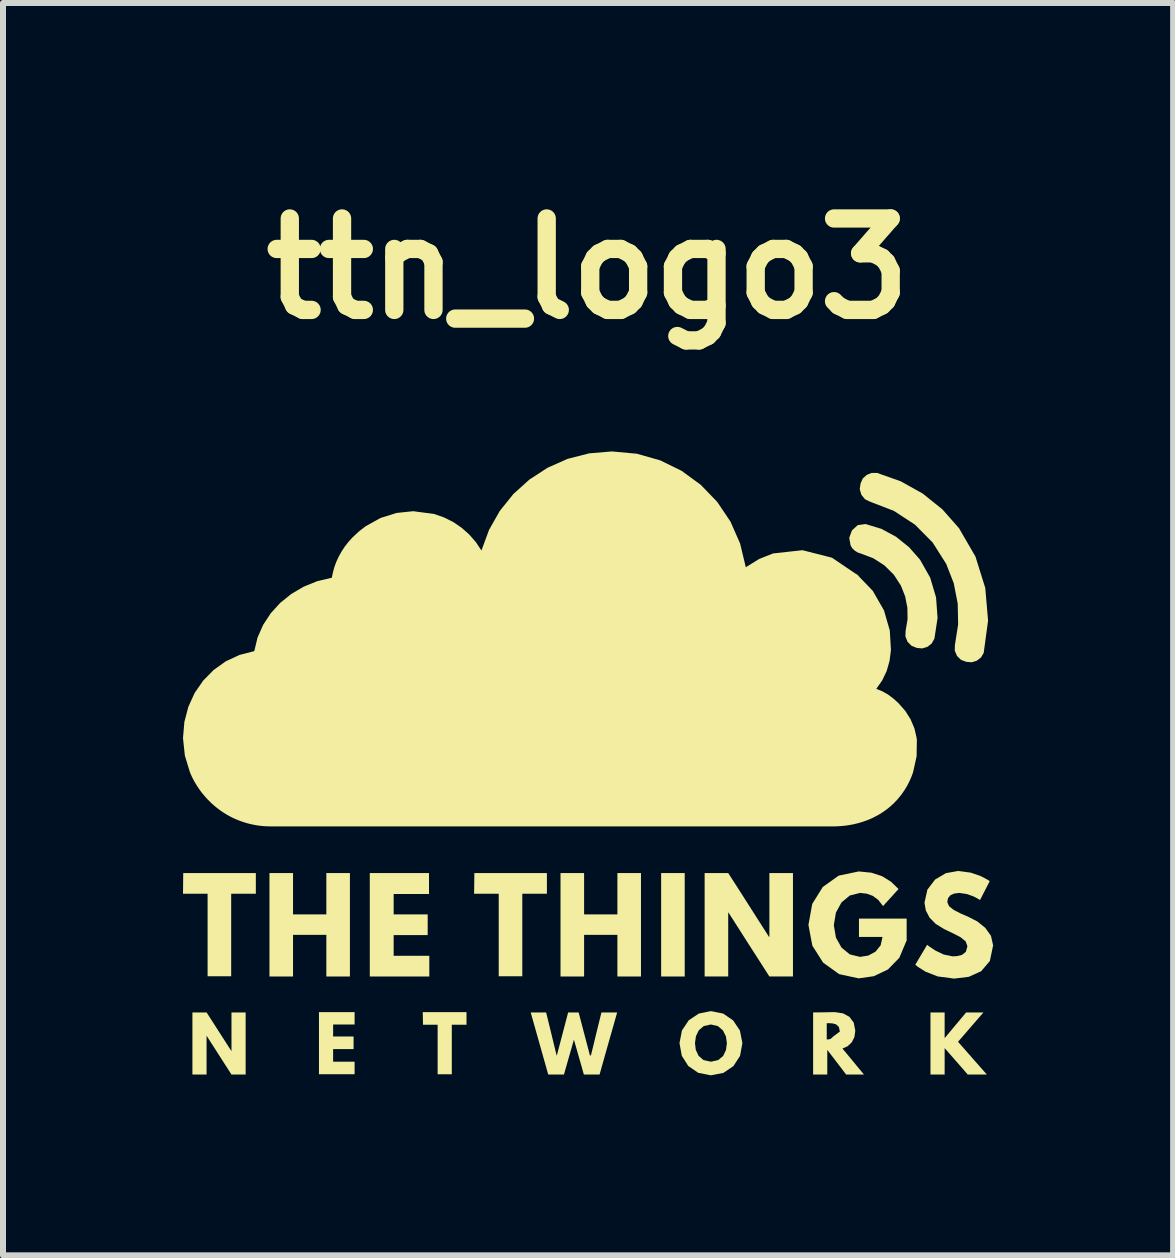
<source format=kicad_pcb>
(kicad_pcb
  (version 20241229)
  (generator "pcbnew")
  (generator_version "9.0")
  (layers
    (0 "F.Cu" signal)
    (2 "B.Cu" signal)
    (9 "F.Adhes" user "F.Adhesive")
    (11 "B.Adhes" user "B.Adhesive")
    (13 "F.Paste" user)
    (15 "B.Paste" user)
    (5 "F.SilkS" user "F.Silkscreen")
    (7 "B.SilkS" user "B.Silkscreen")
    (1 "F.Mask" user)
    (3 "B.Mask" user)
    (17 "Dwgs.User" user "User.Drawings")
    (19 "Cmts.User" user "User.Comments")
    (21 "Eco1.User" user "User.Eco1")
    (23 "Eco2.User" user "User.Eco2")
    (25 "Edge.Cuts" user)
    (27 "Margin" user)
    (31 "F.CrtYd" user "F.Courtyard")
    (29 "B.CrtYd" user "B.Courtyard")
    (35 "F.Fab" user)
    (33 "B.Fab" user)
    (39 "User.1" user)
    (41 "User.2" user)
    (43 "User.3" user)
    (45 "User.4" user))
  (footprint "ttn_logo3"
    (layer "F.Cu")
    (at 6.751 9.673)
    (property "Reference" "ttn_logo3" (at 0 -8.247 0) (layer "F.SilkS") (effects (font (size 1.524 1.524) (thickness 0.305))))
    (attr smd)
    (fp_poly (pts (xy 1.611 3.552) (xy 1.513 3.552) (xy 1.415 3.552) (xy 1.317 3.552) (xy 1.218 3.552) (xy 1.218 3.121) (xy 1.218 2.69) (xy 1.218 2.259) (xy 1.218 1.828) (xy 1.317 1.828) (xy 1.415 1.828) (xy 1.513 1.828) (xy 1.611 1.828) (xy 1.611 2.259) (xy 1.611 2.69) (xy 1.611 3.121) (xy 1.611 3.552)) (stroke (width 0) (type solid)) (fill yes) (layer "F.SilkS"))
    (fp_poly (pts (xy -6.747 1.828) (xy -6.444 1.828) (xy -6.142 1.828) (xy -5.84 1.828) (xy -5.537 1.828) (xy -5.537 1.914) (xy -5.537 2) (xy -5.537 2.086) (xy -5.537 2.173) (xy -5.64 2.173) (xy -5.742 2.173) (xy -5.845 2.173) (xy -5.948 2.173) (xy -5.948 2.516) (xy -5.948 2.86) (xy -5.948 3.204) (xy -5.948 3.548) (xy -6.046 3.548) (xy -6.144 3.548) (xy -6.242 3.548) (xy -6.341 3.548) (xy -6.341 3.204) (xy -6.341 2.86) (xy -6.341 2.516) (xy -6.341 2.173) (xy -6.443 2.173) (xy -6.546 2.173) (xy -6.649 2.173) (xy -6.751 2.173) (xy -6.75 2.086) (xy -6.749 2) (xy -6.748 1.914) (xy -6.747 1.828)) (stroke (width 0) (type solid)) (fill yes) (layer "F.SilkS"))
    (fp_poly (pts (xy -2.755 4.146) (xy -2.573 4.146) (xy -2.391 4.146) (xy -2.209 4.146) (xy -2.026 4.146) (xy -2.026 4.199) (xy -2.026 4.251) (xy -2.026 4.304) (xy -2.026 4.356) (xy -2.087 4.356) (xy -2.148 4.356) (xy -2.21 4.356) (xy -2.271 4.356) (xy -2.271 4.562) (xy -2.271 4.769) (xy -2.271 4.975) (xy -2.271 5.181) (xy -2.33 5.181) (xy -2.389 5.181) (xy -2.448 5.181) (xy -2.507 5.181) (xy -2.507 4.975) (xy -2.507 4.769) (xy -2.507 4.562) (xy -2.507 4.356) (xy -2.568 4.356) (xy -2.629 4.356) (xy -2.69 4.356) (xy -2.751 4.356) (xy -2.752 4.304) (xy -2.753 4.251) (xy -2.754 4.199) (xy -2.755 4.146)) (stroke (width 0) (type solid)) (fill yes) (layer "F.SilkS"))
    (fp_poly (pts (xy -1.895 1.828) (xy -1.593 1.828) (xy -1.29 1.828) (xy -0.988 1.828) (xy -0.686 1.828) (xy -0.686 1.914) (xy -0.686 2) (xy -0.686 2.086) (xy -0.686 2.173) (xy -0.788 2.173) (xy -0.891 2.173) (xy -0.993 2.173) (xy -1.096 2.173) (xy -1.096 2.516) (xy -1.096 2.86) (xy -1.096 3.204) (xy -1.096 3.548) (xy -1.194 3.548) (xy -1.293 3.548) (xy -1.391 3.548) (xy -1.489 3.548) (xy -1.489 3.204) (xy -1.489 2.86) (xy -1.489 2.516) (xy -1.489 2.173) (xy -1.592 2.173) (xy -1.694 2.173) (xy -1.797 2.173) (xy -1.9 2.173) (xy -1.898 2.086) (xy -1.897 2) (xy -1.896 1.914) (xy -1.895 1.828)) (stroke (width 0) (type solid)) (fill yes) (layer "F.SilkS"))
    (fp_poly (pts (xy 2.048 4.129) (xy 2.248 4.451) (xy 2.165 4.379) (xy 2.048 4.352) (xy 1.929 4.378) (xy 1.846 4.448) (xy 1.798 4.547) (xy 1.782 4.662) (xy 1.796 4.776) (xy 1.843 4.876) (xy 1.925 4.945) (xy 2.048 4.972) (xy 2.169 4.945) (xy 2.252 4.876) (xy 2.299 4.776) (xy 2.314 4.662) (xy 2.298 4.551) (xy 2.248 4.451) (xy 2.048 4.129) (xy 2.252 4.17) (xy 2.418 4.284) (xy 2.531 4.453) (xy 2.572 4.662) (xy 2.533 4.875) (xy 2.423 5.045) (xy 2.257 5.158) (xy 2.048 5.199) (xy 1.835 5.157) (xy 1.67 5.043) (xy 1.562 4.873) (xy 1.524 4.662) (xy 1.565 4.451) (xy 1.678 4.282) (xy 1.845 4.17) (xy 2.048 4.129)) (stroke (width 0) (type solid)) (fill yes) (layer "F.SilkS"))
    (fp_poly (pts (xy -6.358 5.186) (xy -6.417 5.186) (xy -6.476 5.186) (xy -6.535 5.186) (xy -6.594 5.186) (xy -6.594 4.927) (xy -6.594 4.668) (xy -6.594 4.409) (xy -6.594 4.151) (xy -6.535 4.151) (xy -6.476 4.151) (xy -6.417 4.151) (xy -6.358 4.151) (xy -6.254 4.312) (xy -6.151 4.474) (xy -6.047 4.635) (xy -5.943 4.797) (xy -5.943 4.635) (xy -5.943 4.474) (xy -5.943 4.312) (xy -5.943 4.151) (xy -5.884 4.151) (xy -5.825 4.151) (xy -5.766 4.151) (xy -5.707 4.151) (xy -5.707 4.409) (xy -5.707 4.668) (xy -5.707 4.927) (xy -5.707 5.186) (xy -5.766 5.186) (xy -5.825 5.186) (xy -5.884 5.186) (xy -5.943 5.186) (xy -6.047 5.024) (xy -6.151 4.862) (xy -6.254 4.701) (xy -6.358 4.539) (xy -6.358 4.701) (xy -6.358 4.862) (xy -6.358 5.024) (xy -6.358 5.186)) (stroke (width 0) (type solid)) (fill yes) (layer "F.SilkS"))
    (fp_poly (pts (xy 6.328 5.186) (xy 6.232 5.075) (xy 6.135 4.965) (xy 6.039 4.855) (xy 5.943 4.745) (xy 5.943 4.855) (xy 5.943 4.965) (xy 5.943 5.075) (xy 5.943 5.186) (xy 5.884 5.186) (xy 5.825 5.186) (xy 5.766 5.186) (xy 5.707 5.186) (xy 5.707 4.927) (xy 5.707 4.668) (xy 5.707 4.409) (xy 5.707 4.151) (xy 5.766 4.151) (xy 5.825 4.151) (xy 5.884 4.151) (xy 5.943 4.151) (xy 5.943 4.258) (xy 5.943 4.365) (xy 5.943 4.472) (xy 5.943 4.579) (xy 6.033 4.472) (xy 6.122 4.365) (xy 6.212 4.258) (xy 6.301 4.151) (xy 6.373 4.151) (xy 6.445 4.151) (xy 6.518 4.151) (xy 6.59 4.151) (xy 6.484 4.273) (xy 6.378 4.395) (xy 6.272 4.518) (xy 6.166 4.64) (xy 6.286 4.776) (xy 6.406 4.913) (xy 6.526 5.049) (xy 6.646 5.186) (xy 6.567 5.186) (xy 6.487 5.186) (xy 6.407 5.186) (xy 6.328 5.186)) (stroke (width 0) (type solid)) (fill yes) (layer "F.SilkS"))
    (fp_poly (pts (xy -4.917 3.552) (xy -5.015 3.552) (xy -5.114 3.552) (xy -5.212 3.552) (xy -5.31 3.552) (xy -5.31 3.121) (xy -5.31 2.69) (xy -5.31 2.259) (xy -5.31 1.828) (xy -5.212 1.828) (xy -5.114 1.828) (xy -5.015 1.828) (xy -4.917 1.828) (xy -4.917 2) (xy -4.917 2.173) (xy -4.917 2.345) (xy -4.917 2.517) (xy -4.778 2.517) (xy -4.64 2.517) (xy -4.501 2.517) (xy -4.362 2.517) (xy -4.362 2.345) (xy -4.362 2.173) (xy -4.362 2) (xy -4.362 1.828) (xy -4.264 1.828) (xy -4.166 1.828) (xy -4.068 1.828) (xy -3.969 1.828) (xy -3.969 2.259) (xy -3.969 2.69) (xy -3.969 3.121) (xy -3.969 3.552) (xy -4.068 3.552) (xy -4.166 3.552) (xy -4.264 3.552) (xy -4.362 3.552) (xy -4.362 3.379) (xy -4.362 3.205) (xy -4.362 3.032) (xy -4.362 2.858) (xy -4.501 2.858) (xy -4.64 2.858) (xy -4.778 2.858) (xy -4.917 2.858) (xy -4.917 3.032) (xy -4.917 3.205) (xy -4.917 3.379) (xy -4.917 3.552)) (stroke (width 0) (type solid)) (fill yes) (layer "F.SilkS"))
    (fp_poly (pts (xy -3.891 4.352) (xy -3.98 4.352) (xy -4.07 4.352) (xy -4.159 4.352) (xy -4.249 4.352) (xy -4.249 4.402) (xy -4.249 4.452) (xy -4.249 4.502) (xy -4.249 4.552) (xy -4.164 4.552) (xy -4.079 4.552) (xy -3.993 4.552) (xy -3.908 4.552) (xy -3.908 4.605) (xy -3.908 4.657) (xy -3.908 4.71) (xy -3.908 4.762) (xy -3.993 4.762) (xy -4.079 4.762) (xy -4.164 4.762) (xy -4.249 4.762) (xy -4.249 4.814) (xy -4.249 4.867) (xy -4.249 4.919) (xy -4.249 4.972) (xy -4.159 4.972) (xy -4.07 4.972) (xy -3.98 4.972) (xy -3.891 4.972) (xy -3.891 5.024) (xy -3.891 5.076) (xy -3.891 5.129) (xy -3.891 5.181) (xy -4.039 5.181) (xy -4.188 5.181) (xy -4.336 5.181) (xy -4.485 5.181) (xy -4.485 4.923) (xy -4.485 4.664) (xy -4.485 4.405) (xy -4.485 4.146) (xy -4.336 4.146) (xy -4.188 4.146) (xy -4.039 4.146) (xy -3.891 4.146) (xy -3.891 4.198) (xy -3.891 4.249) (xy -3.891 4.3) (xy -3.891 4.352)) (stroke (width 0) (type solid)) (fill yes) (layer "F.SilkS"))
    (fp_poly (pts (xy -2.651 2.177) (xy -2.798 2.177) (xy -2.945 2.177) (xy -3.093 2.177) (xy -3.24 2.177) (xy -3.24 2.262) (xy -3.24 2.347) (xy -3.24 2.432) (xy -3.24 2.517) (xy -3.098 2.517) (xy -2.956 2.517) (xy -2.814 2.517) (xy -2.673 2.517) (xy -2.673 2.604) (xy -2.673 2.69) (xy -2.673 2.776) (xy -2.673 2.862) (xy -2.814 2.862) (xy -2.956 2.862) (xy -3.098 2.862) (xy -3.24 2.862) (xy -3.24 2.949) (xy -3.24 3.035) (xy -3.24 3.121) (xy -3.24 3.207) (xy -3.092 3.207) (xy -2.943 3.207) (xy -2.795 3.207) (xy -2.646 3.207) (xy -2.646 3.294) (xy -2.646 3.38) (xy -2.646 3.466) (xy -2.646 3.552) (xy -2.894 3.552) (xy -3.142 3.552) (xy -3.39 3.552) (xy -3.638 3.552) (xy -3.638 3.121) (xy -3.638 2.69) (xy -3.638 2.259) (xy -3.638 1.828) (xy -3.391 1.828) (xy -3.144 1.828) (xy -2.897 1.828) (xy -2.651 1.828) (xy -2.651 1.915) (xy -2.651 2.002) (xy -2.651 2.09) (xy -2.651 2.177)) (stroke (width 0) (type solid)) (fill yes) (layer "F.SilkS"))
    (fp_poly (pts (xy -0.066 3.552) (xy -0.164 3.552) (xy -0.262 3.552) (xy -0.36 3.552) (xy -0.459 3.552) (xy -0.459 3.121) (xy -0.459 2.69) (xy -0.459 2.259) (xy -0.459 1.828) (xy -0.36 1.828) (xy -0.262 1.828) (xy -0.164 1.828) (xy -0.066 1.828) (xy -0.066 2) (xy -0.066 2.173) (xy -0.066 2.345) (xy -0.066 2.517) (xy 0.073 2.517) (xy 0.212 2.517) (xy 0.35 2.517) (xy 0.489 2.517) (xy 0.489 2.345) (xy 0.489 2.173) (xy 0.489 2) (xy 0.489 1.828) (xy 0.587 1.828) (xy 0.686 1.828) (xy 0.784 1.828) (xy 0.882 1.828) (xy 0.882 2.259) (xy 0.882 2.69) (xy 0.882 3.121) (xy 0.882 3.552) (xy 0.784 3.552) (xy 0.686 3.552) (xy 0.587 3.552) (xy 0.489 3.552) (xy 0.489 3.379) (xy 0.489 3.205) (xy 0.489 3.032) (xy 0.489 2.858) (xy 0.35 2.858) (xy 0.212 2.858) (xy 0.073 2.858) (xy -0.066 2.858) (xy -0.066 3.032) (xy -0.066 3.205) (xy -0.066 3.379) (xy -0.066 3.552)) (stroke (width 0) (type solid)) (fill yes) (layer "F.SilkS"))
    (fp_poly (pts (xy 2.336 3.552) (xy 2.238 3.552) (xy 2.14 3.552) (xy 2.042 3.552) (xy 1.943 3.552) (xy 1.943 3.121) (xy 1.943 2.69) (xy 1.943 2.259) (xy 1.943 1.828) (xy 2.042 1.828) (xy 2.14 1.828) (xy 2.238 1.828) (xy 2.336 1.828) (xy 2.507 2.094) (xy 2.677 2.36) (xy 2.847 2.627) (xy 3.017 2.893) (xy 3.019 2.893) (xy 3.02 2.893) (xy 3.021 2.893) (xy 3.022 2.893) (xy 3.022 2.627) (xy 3.022 2.36) (xy 3.022 2.094) (xy 3.022 1.828) (xy 3.12 1.828) (xy 3.218 1.828) (xy 3.317 1.828) (xy 3.415 1.828) (xy 3.415 2.259) (xy 3.415 2.69) (xy 3.415 3.121) (xy 3.415 3.552) (xy 3.317 3.552) (xy 3.218 3.552) (xy 3.12 3.552) (xy 3.022 3.552) (xy 2.852 3.286) (xy 2.681 3.02) (xy 2.511 2.753) (xy 2.341 2.487) (xy 2.34 2.487) (xy 2.338 2.487) (xy 2.337 2.487) (xy 2.336 2.487) (xy 2.336 2.753) (xy 2.336 3.02) (xy 2.336 3.286) (xy 2.336 3.552)) (stroke (width 0) (type solid)) (fill yes) (layer "F.SilkS"))
    (fp_poly (pts (xy 5.306 2.959) (xy 5.188 3.24) (xy 4.998 3.435) (xy 4.763 3.547) (xy 4.511 3.583) (xy 4.185 3.513) (xy 3.918 3.321) (xy 3.738 3.038) (xy 3.673 2.692) (xy 3.736 2.343) (xy 3.912 2.06) (xy 4.177 1.871) (xy 4.511 1.801) (xy 4.722 1.822) (xy 4.9 1.88) (xy 5.05 1.973) (xy 5.175 2.094) (xy 5.11 2.165) (xy 5.046 2.236) (xy 4.981 2.307) (xy 4.917 2.378) (xy 4.836 2.275) (xy 4.745 2.208) (xy 4.643 2.171) (xy 4.533 2.159) (xy 4.363 2.202) (xy 4.224 2.317) (xy 4.131 2.487) (xy 4.096 2.697) (xy 4.131 2.903) (xy 4.224 3.07) (xy 4.363 3.184) (xy 4.533 3.225) (xy 4.671 3.203) (xy 4.791 3.138) (xy 4.876 3.033) (xy 4.908 2.893) (xy 4.81 2.893) (xy 4.712 2.893) (xy 4.614 2.893) (xy 4.515 2.893) (xy 4.515 2.817) (xy 4.515 2.74) (xy 4.515 2.664) (xy 4.515 2.587) (xy 4.714 2.587) (xy 4.913 2.587) (xy 5.111 2.587) (xy 5.31 2.587) (xy 5.31 2.68) (xy 5.31 2.773) (xy 5.31 2.866) (xy 5.31 2.959) (xy 5.309 2.959) (xy 5.308 2.959) (xy 5.307 2.959) (xy 5.306 2.959)) (stroke (width 0) (type solid)) (fill yes) (layer "F.SilkS"))
    (fp_poly (pts (xy 6.694 1.963) (xy 6.654 2.042) (xy 6.614 2.12) (xy 6.573 2.199) (xy 6.533 2.277) (xy 6.503 2.259) (xy 6.426 2.218) (xy 6.315 2.178) (xy 6.188 2.159) (xy 6.099 2.17) (xy 6.037 2.2) (xy 5.999 2.248) (xy 5.987 2.312) (xy 6.016 2.38) (xy 6.094 2.442) (xy 6.208 2.501) (xy 6.345 2.561) (xy 6.49 2.636) (xy 6.62 2.741) (xy 6.715 2.874) (xy 6.751 3.033) (xy 6.697 3.293) (xy 6.552 3.464) (xy 6.344 3.558) (xy 6.101 3.587) (xy 5.828 3.551) (xy 5.625 3.472) (xy 5.498 3.392) (xy 5.454 3.356) (xy 5.503 3.273) (xy 5.552 3.19) (xy 5.602 3.107) (xy 5.651 3.024) (xy 5.69 3.054) (xy 5.79 3.12) (xy 5.927 3.186) (xy 6.074 3.216) (xy 6.15 3.212) (xy 6.232 3.192) (xy 6.297 3.141) (xy 6.323 3.046) (xy 6.291 2.964) (xy 6.206 2.896) (xy 6.082 2.832) (xy 5.935 2.762) (xy 5.795 2.676) (xy 5.692 2.571) (xy 5.629 2.451) (xy 5.607 2.321) (xy 5.656 2.104) (xy 5.783 1.937) (xy 5.963 1.83) (xy 6.166 1.793) (xy 6.378 1.821) (xy 6.545 1.879) (xy 6.655 1.937) (xy 6.694 1.963)) (stroke (width 0) (type solid)) (fill yes) (layer "F.SilkS"))
    (fp_poly (pts (xy -0.236 4.605) (xy -0.277 4.75) (xy -0.319 4.895) (xy -0.36 5.04) (xy -0.402 5.186) (xy -0.467 5.186) (xy -0.533 5.186) (xy -0.598 5.186) (xy -0.664 5.186) (xy -0.737 4.927) (xy -0.81 4.668) (xy -0.883 4.409) (xy -0.956 4.151) (xy -0.892 4.151) (xy -0.828 4.151) (xy -0.763 4.151) (xy -0.699 4.151) (xy -0.655 4.33) (xy -0.611 4.509) (xy -0.568 4.688) (xy -0.524 4.867) (xy -0.523 4.867) (xy -0.522 4.867) (xy -0.521 4.867) (xy -0.52 4.867) (xy -0.473 4.688) (xy -0.426 4.509) (xy -0.379 4.33) (xy -0.332 4.151) (xy -0.288 4.151) (xy -0.245 4.151) (xy -0.201 4.151) (xy -0.157 4.151) (xy -0.11 4.33) (xy -0.063 4.509) (xy -0.016 4.688) (xy 0.031 4.867) (xy 0.035 4.867) (xy 0.039 4.867) (xy 0.044 4.867) (xy 0.048 4.867) (xy 0.092 4.688) (xy 0.135 4.509) (xy 0.179 4.33) (xy 0.223 4.151) (xy 0.288 4.151) (xy 0.354 4.151) (xy 0.419 4.151) (xy 0.485 4.151) (xy 0.412 4.409) (xy 0.338 4.668) (xy 0.265 4.927) (xy 0.192 5.186) (xy 0.127 5.186) (xy 0.061 5.186) (xy -0.004 5.186) (xy -0.07 5.186) (xy -0.111 5.04) (xy -0.153 4.895) (xy -0.194 4.75) (xy -0.236 4.605)) (stroke (width 0) (type solid)) (fill yes) (layer "F.SilkS"))
    (fp_poly (pts (xy 4.114 4.146) (xy 4.179 4.391) (xy 4.133 4.349) (xy 4.071 4.333) (xy 4.004 4.33) (xy 3.998 4.33) (xy 3.991 4.33) (xy 3.985 4.33) (xy 3.978 4.33) (xy 3.978 4.397) (xy 3.978 4.465) (xy 3.978 4.533) (xy 3.978 4.6) (xy 3.985 4.6) (xy 3.991 4.6) (xy 3.998 4.6) (xy 4.004 4.6) (xy 4.004 4.603) (xy 4.004 4.605) (xy 4.004 4.607) (xy 3.914 4.61) (xy 3.983 4.608) (xy 4.044 4.591) (xy 4.089 4.55) (xy 4.197 4.469) (xy 4.179 4.391) (xy 4.114 4.146) (xy 4.248 4.166) (xy 4.356 4.224) (xy 4.428 4.321) (xy 4.454 4.456) (xy 4.439 4.562) (xy 4.395 4.649) (xy 4.327 4.714) (xy 4.24 4.753) (xy 4.33 4.861) (xy 4.419 4.969) (xy 4.509 5.078) (xy 4.598 5.186) (xy 4.524 5.186) (xy 4.45 5.186) (xy 4.376 5.186) (xy 4.301 5.186) (xy 4.223 5.083) (xy 4.144 4.98) (xy 4.066 4.878) (xy 3.987 4.775) (xy 3.987 4.878) (xy 3.987 4.98) (xy 3.987 5.083) (xy 3.987 5.186) (xy 3.928 5.186) (xy 3.869 5.186) (xy 3.81 5.186) (xy 3.751 5.186) (xy 3.751 4.927) (xy 3.751 4.668) (xy 3.751 4.409) (xy 3.751 4.151) (xy 3.842 4.15) (xy 3.932 4.149) (xy 4.023 4.147) (xy 4.114 4.146)) (stroke (width 0) (type solid)) (fill yes) (layer "F.SilkS"))
    (fp_poly (pts (xy 5.48 -0.395) (xy 6.095 -3.002) (xy 6.161 -2.662) (xy 6.168 -2.315) (xy 6.114 -1.972) (xy 6.112 -1.877) (xy 6.149 -1.791) (xy 6.216 -1.725) (xy 6.306 -1.692) (xy 6.395 -1.685) (xy 6.479 -1.711) (xy 6.549 -1.765) (xy 6.594 -1.841) (xy 6.667 -2.38) (xy 6.62 -2.924) (xy 6.457 -3.446) (xy 6.183 -3.919) (xy 6.183 -3.919) (xy 5.906 -4.233) (xy 5.579 -4.496) (xy 5.212 -4.701) (xy 4.817 -4.841) (xy 4.726 -4.841) (xy 4.643 -4.807) (xy 4.578 -4.747) (xy 4.542 -4.666) (xy 4.528 -4.57) (xy 4.555 -4.477) (xy 4.616 -4.402) (xy 4.703 -4.36) (xy 5.096 -4.209) (xy 5.448 -3.979) (xy 5.743 -3.681) (xy 5.969 -3.325) (xy 6.095 -3.002) (xy 5.48 -0.395) (xy 5.48 -1.924) (xy 5.571 -1.916) (xy 5.658 -1.943) (xy 5.729 -2) (xy 5.773 -2.081) (xy 5.825 -2.422) (xy 5.8 -2.766) (xy 5.702 -3.096) (xy 5.533 -3.395) (xy 5.35 -3.603) (xy 5.133 -3.777) (xy 4.889 -3.909) (xy 4.625 -3.989) (xy 4.495 -3.971) (xy 4.399 -3.884) (xy 4.353 -3.76) (xy 4.376 -3.631) (xy 4.405 -3.583) (xy 4.447 -3.544) (xy 4.496 -3.514) (xy 4.55 -3.496) (xy 4.755 -3.418) (xy 4.939 -3.3) (xy 5.095 -3.146) (xy 5.214 -2.963) (xy 5.285 -2.783) (xy 5.322 -2.594) (xy 5.325 -2.402) (xy 5.293 -2.212) (xy 5.289 -2.116) (xy 5.324 -2.028) (xy 5.391 -1.96) (xy 5.48 -1.924) (xy 5.48 -0.395) (xy 5.476 -0.119) (xy 5.418 0.144) (xy 5.407 0.176) (xy 5.396 0.207) (xy 5.383 0.238) (xy 5.37 0.268) (xy 5.356 0.299) (xy 5.341 0.329) (xy 5.326 0.358) (xy 5.31 0.387) (xy 5.293 0.416) (xy 5.275 0.444) (xy 5.256 0.472) (xy 5.237 0.5) (xy 5.217 0.527) (xy 5.196 0.553) (xy 5.175 0.579) (xy 5.153 0.605) (xy 5.128 0.631) (xy 5.103 0.657) (xy 5.077 0.682) (xy 5.05 0.707) (xy 5.023 0.73) (xy 4.995 0.753) (xy 4.966 0.775) (xy 4.937 0.796) (xy 4.907 0.816) (xy 4.877 0.836) (xy 4.845 0.855) (xy 4.814 0.872) (xy 4.781 0.889) (xy 4.749 0.906) (xy 4.715 0.921) (xy 4.681 0.936) (xy 4.647 0.949) (xy 4.612 0.962) (xy 4.576 0.974) (xy 4.541 0.985) (xy 4.504 0.996) (xy 4.467 1.005) (xy 4.43 1.014) (xy 4.393 1.021) (xy 4.355 1.028) (xy 4.316 1.034) (xy 4.277 1.039) (xy 4.238 1.043) (xy 4.199 1.046) (xy 4.159 1.048) (xy 4.119 1.05) (xy 4.079 1.05) (xy 3.786 1.05) (xy 3.494 1.05) (xy 3.201 1.05) (xy 2.909 1.05) (xy 2.616 1.05) (xy 2.324 1.05) (xy 2.032 1.05) (xy 1.739 1.05) (xy 1.447 1.05) (xy 1.154 1.05) (xy 0.862 1.05) (xy 0.569 1.05) (xy 0.277 1.05) (xy -0.016 1.05) (xy -0.308 1.05) (xy -0.6 1.05) (xy -0.893 1.05) (xy -1.185 1.05) (xy -1.478 1.05) (xy -1.77 1.05) (xy -2.063 1.05) (xy -2.355 1.05) (xy -2.648 1.05) (xy -2.94 1.05) (xy -3.232 1.05) (xy -3.525 1.05) (xy -3.817 1.05) (xy -4.11 1.05) (xy -4.402 1.05) (xy -4.695 1.05) (xy -4.987 1.05) (xy -5.28 1.05) (xy -5.28 1.05) (xy -5.28 1.05) (xy -5.281 1.05) (xy -5.281 1.05) (xy -5.282 1.05) (xy -5.282 1.05) (xy -5.282 1.05) (xy -5.283 1.05) (xy -5.283 1.05) (xy -5.284 1.05) (xy -5.284 1.05) (xy -5.284 1.05) (xy -5.285 1.05) (xy -5.285 1.05) (xy -5.286 1.05) (xy -5.286 1.05) (xy -5.287 1.05) (xy -5.287 1.05) (xy -5.287 1.05) (xy -5.288 1.05) (xy -5.288 1.05) (xy -5.289 1.05) (xy -5.289 1.05) (xy -5.289 1.05) (xy -5.29 1.05) (xy -5.29 1.05) (xy -5.291 1.05) (xy -5.291 1.05) (xy -5.291 1.05) (xy -5.292 1.05) (xy -5.292 1.05) (xy -5.293 1.05) (xy -5.293 1.05) (xy -5.293 1.05) (xy -5.293 1.05) (xy -5.293 1.05) (xy -5.293 1.05) (xy -5.293 1.05) (xy -5.294 1.05) (xy -5.294 1.05) (xy -5.294 1.05) (xy -5.294 1.05) (xy -5.294 1.05) (xy -5.294 1.05) (xy -5.294 1.05) (xy -5.294 1.05) (xy -5.295 1.05) (xy -5.295 1.05) (xy -5.295 1.05) (xy -5.295 1.05) (xy -5.295 1.05) (xy -5.295 1.05) (xy -5.295 1.05) (xy -5.296 1.05) (xy -5.296 1.05) (xy -5.296 1.05) (xy -5.296 1.05) (xy -5.296 1.05) (xy -5.296 1.05) (xy -5.296 1.05) (xy -5.296 1.05) (xy -5.297 1.05) (xy -5.297 1.05) (xy -5.297 1.05) (xy -5.297 1.05) (xy -5.297 1.05) (xy -5.298 1.05) (xy -5.298 1.05) (xy -5.298 1.05) (xy -5.298 1.05) (xy -5.299 1.05) (xy -5.299 1.05) (xy -5.299 1.05) (xy -5.3 1.05) (xy -5.3 1.05) (xy -5.3 1.05) (xy -5.3 1.05) (xy -5.301 1.05) (xy -5.301 1.05) (xy -5.301 1.05) (xy -5.301 1.05) (xy -5.302 1.05) (xy -5.302 1.05) (xy -5.302 1.05) (xy -5.303 1.05) (xy -5.303 1.05) (xy -5.303 1.05) (xy -5.303 1.05) (xy -5.304 1.05) (xy -5.304 1.05) (xy -5.304 1.05) (xy -5.304 1.05) (xy -5.305 1.05) (xy -5.305 1.05) (xy -5.305 1.05) (xy -5.306 1.05) (xy -5.341 1.049) (xy -5.377 1.048) (xy -5.412 1.045) (xy -5.447 1.042) (xy -5.482 1.038) (xy -5.517 1.033) (xy -5.551 1.027) (xy -5.585 1.02) (xy -5.62 1.013) (xy -5.653 1.005) (xy -5.687 0.996) (xy -5.72 0.986) (xy -5.753 0.975) (xy -5.786 0.964) (xy -5.818 0.952) (xy -5.85 0.939) (xy -5.882 0.925) (xy -5.914 0.911) (xy -5.945 0.896) (xy -5.975 0.88) (xy -6.006 0.863) (xy -6.036 0.845) (xy -6.065 0.827) (xy -6.094 0.808) (xy -6.123 0.789) (xy -6.151 0.768) (xy -6.179 0.747) (xy -6.206 0.725) (xy -6.233 0.703) (xy -6.259 0.68) (xy -6.285 0.656) (xy -6.31 0.631) (xy -6.336 0.605) (xy -6.362 0.578) (xy -6.386 0.55) (xy -6.41 0.522) (xy -6.434 0.493) (xy -6.456 0.464) (xy -6.477 0.435) (xy -6.498 0.405) (xy -6.518 0.374) (xy -6.537 0.343) (xy -6.556 0.312) (xy -6.573 0.28) (xy -6.59 0.248) (xy -6.606 0.215) (xy -6.621 0.182) (xy -6.635 0.149) (xy -6.72 -0.129) (xy -6.751 -0.421) (xy -6.728 -0.691) (xy -6.662 -0.943) (xy -6.556 -1.175) (xy -6.414 -1.38) (xy -6.24 -1.557) (xy -6.038 -1.701) (xy -5.811 -1.807) (xy -5.563 -1.871) (xy -5.509 -2.096) (xy -5.416 -2.307) (xy -5.289 -2.501) (xy -5.132 -2.674) (xy -4.947 -2.823) (xy -4.74 -2.945) (xy -4.513 -3.037) (xy -4.271 -3.094) (xy -4.252 -3.185) (xy -4.227 -3.275) (xy -4.194 -3.364) (xy -4.154 -3.45) (xy -4.107 -3.534) (xy -4.053 -3.615) (xy -3.993 -3.692) (xy -3.926 -3.766) (xy -3.82 -3.865) (xy -3.706 -3.953) (xy -3.459 -4.09) (xy -3.191 -4.174) (xy -2.913 -4.203) (xy -2.563 -4.156) (xy -2.4 -4.099) (xy -2.248 -4.023) (xy -2.109 -3.928) (xy -1.982 -3.816) (xy -1.871 -3.689) (xy -1.777 -3.548) (xy -1.65 -3.892) (xy -1.471 -4.208) (xy -1.245 -4.489) (xy -0.978 -4.73) (xy -0.675 -4.927) (xy -0.342 -5.075) (xy 0.018 -5.167) (xy 0.397 -5.199) (xy 0.812 -5.161) (xy 1.201 -5.051) (xy 1.559 -4.876) (xy 1.878 -4.643) (xy 2.152 -4.359) (xy 2.373 -4.031) (xy 2.534 -3.665) (xy 2.629 -3.269) (xy 2.85 -3.406) (xy 3.084 -3.499) (xy 3.574 -3.553) (xy 4.065 -3.428) (xy 4.52 -3.12) (xy 4.504 -3.133) (xy 4.489 -3.146) (xy 4.474 -3.159) (xy 4.459 -3.173) (xy 4.745 -2.876) (xy 4.932 -2.55) (xy 5.029 -2.215) (xy 5.048 -1.889) (xy 5.025 -1.708) (xy 4.977 -1.539) (xy 4.903 -1.384) (xy 4.804 -1.242) (xy 4.907 -1.2) (xy 5.003 -1.145) (xy 5.093 -1.077) (xy 5.179 -0.998) (xy 5.288 -0.873) (xy 5.375 -0.735) (xy 5.439 -0.585) (xy 5.476 -0.426) (xy 5.476 -0.419) (xy 5.477 -0.412) (xy 5.478 -0.404) (xy 5.48 -0.395) (xy 5.48 -0.402) (xy 5.48 -0.403) (xy 5.48 -0.401) (xy 5.48 -0.395) (xy 5.48 -0.395)) (stroke (width 0) (type solid)) (fill yes) (layer "F.SilkS")))
  (gr_rect
    (start -3 -3)
    (end 16.502 17.872)
    (stroke (width 0.1) (type default))
    (fill no)
    (layer "Edge.Cuts")))
</source>
